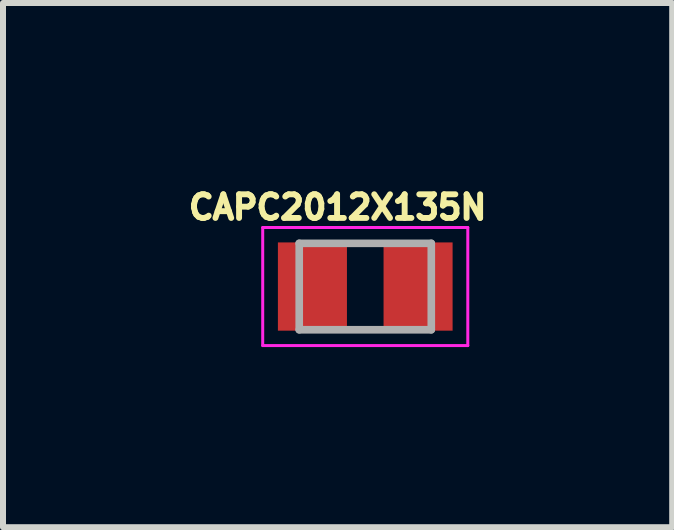
<source format=kicad_pcb>
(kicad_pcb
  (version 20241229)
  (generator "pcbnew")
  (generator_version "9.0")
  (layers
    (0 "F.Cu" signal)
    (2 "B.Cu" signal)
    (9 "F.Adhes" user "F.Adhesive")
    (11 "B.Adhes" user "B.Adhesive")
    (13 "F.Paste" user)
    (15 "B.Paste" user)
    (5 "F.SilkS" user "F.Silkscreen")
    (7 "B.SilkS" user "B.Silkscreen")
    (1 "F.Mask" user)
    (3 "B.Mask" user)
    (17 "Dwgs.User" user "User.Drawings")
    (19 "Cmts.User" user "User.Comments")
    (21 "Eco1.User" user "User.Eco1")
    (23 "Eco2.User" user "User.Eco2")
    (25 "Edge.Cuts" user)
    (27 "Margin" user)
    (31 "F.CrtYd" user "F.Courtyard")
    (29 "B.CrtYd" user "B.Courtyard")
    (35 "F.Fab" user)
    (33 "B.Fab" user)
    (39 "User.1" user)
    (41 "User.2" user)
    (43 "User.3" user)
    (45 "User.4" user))
  (footprint "CAPC2012X135N"
    (layer "F.Cu")
    (at 3.034 1.723)
    (property "Reference" "CAPC2012X135N" (at -0.46 -1.32 0) (layer "F.SilkS") (effects (font (size 0.394 0.394) (thickness 0.15))))
    (attr through_hole)
    (fp_line (start -1.708 -0.983) (end 1.708 -0.983) (stroke (width 0.05) (type solid)) (layer "F.CrtYd"))
    (fp_line (start -1.708 0.983) (end -1.708 -0.983) (stroke (width 0.05) (type solid)) (layer "F.CrtYd"))
    (fp_line (start -1.708 0.983) (end 1.708 0.983) (stroke (width 0.05) (type solid)) (layer "F.CrtYd"))
    (fp_line (start 1.708 0.983) (end 1.708 -0.983) (stroke (width 0.05) (type solid)) (layer "F.CrtYd"))
    (fp_line (start -1.1 0.72) (end -1.1 -0.72) (stroke (width 0.127) (type solid)) (layer "F.Fab"))
    (fp_line (start 1.1 -0.72) (end -1.1 -0.72) (stroke (width 0.127) (type solid)) (layer "F.Fab"))
    (fp_line (start 1.1 0.72) (end -1.1 0.72) (stroke (width 0.127) (type solid)) (layer "F.Fab"))
    (fp_line (start 1.1 0.72) (end 1.1 -0.72) (stroke (width 0.127) (type solid)) (layer "F.Fab"))
    (pad "1" smd rect (at -0.88 0) (size 1.15 1.47) (layers "F.Cu" "F.Mask" "F.Paste"))
    (pad "2" smd rect (at 0.88 0) (size 1.15 1.47) (layers "F.Cu" "F.Mask" "F.Paste")))
  (gr_rect
    (start -3 -3)
    (end 8.147 5.731)
    (stroke (width 0.1) (type default))
    (fill no)
    (layer "Edge.Cuts")))
</source>
